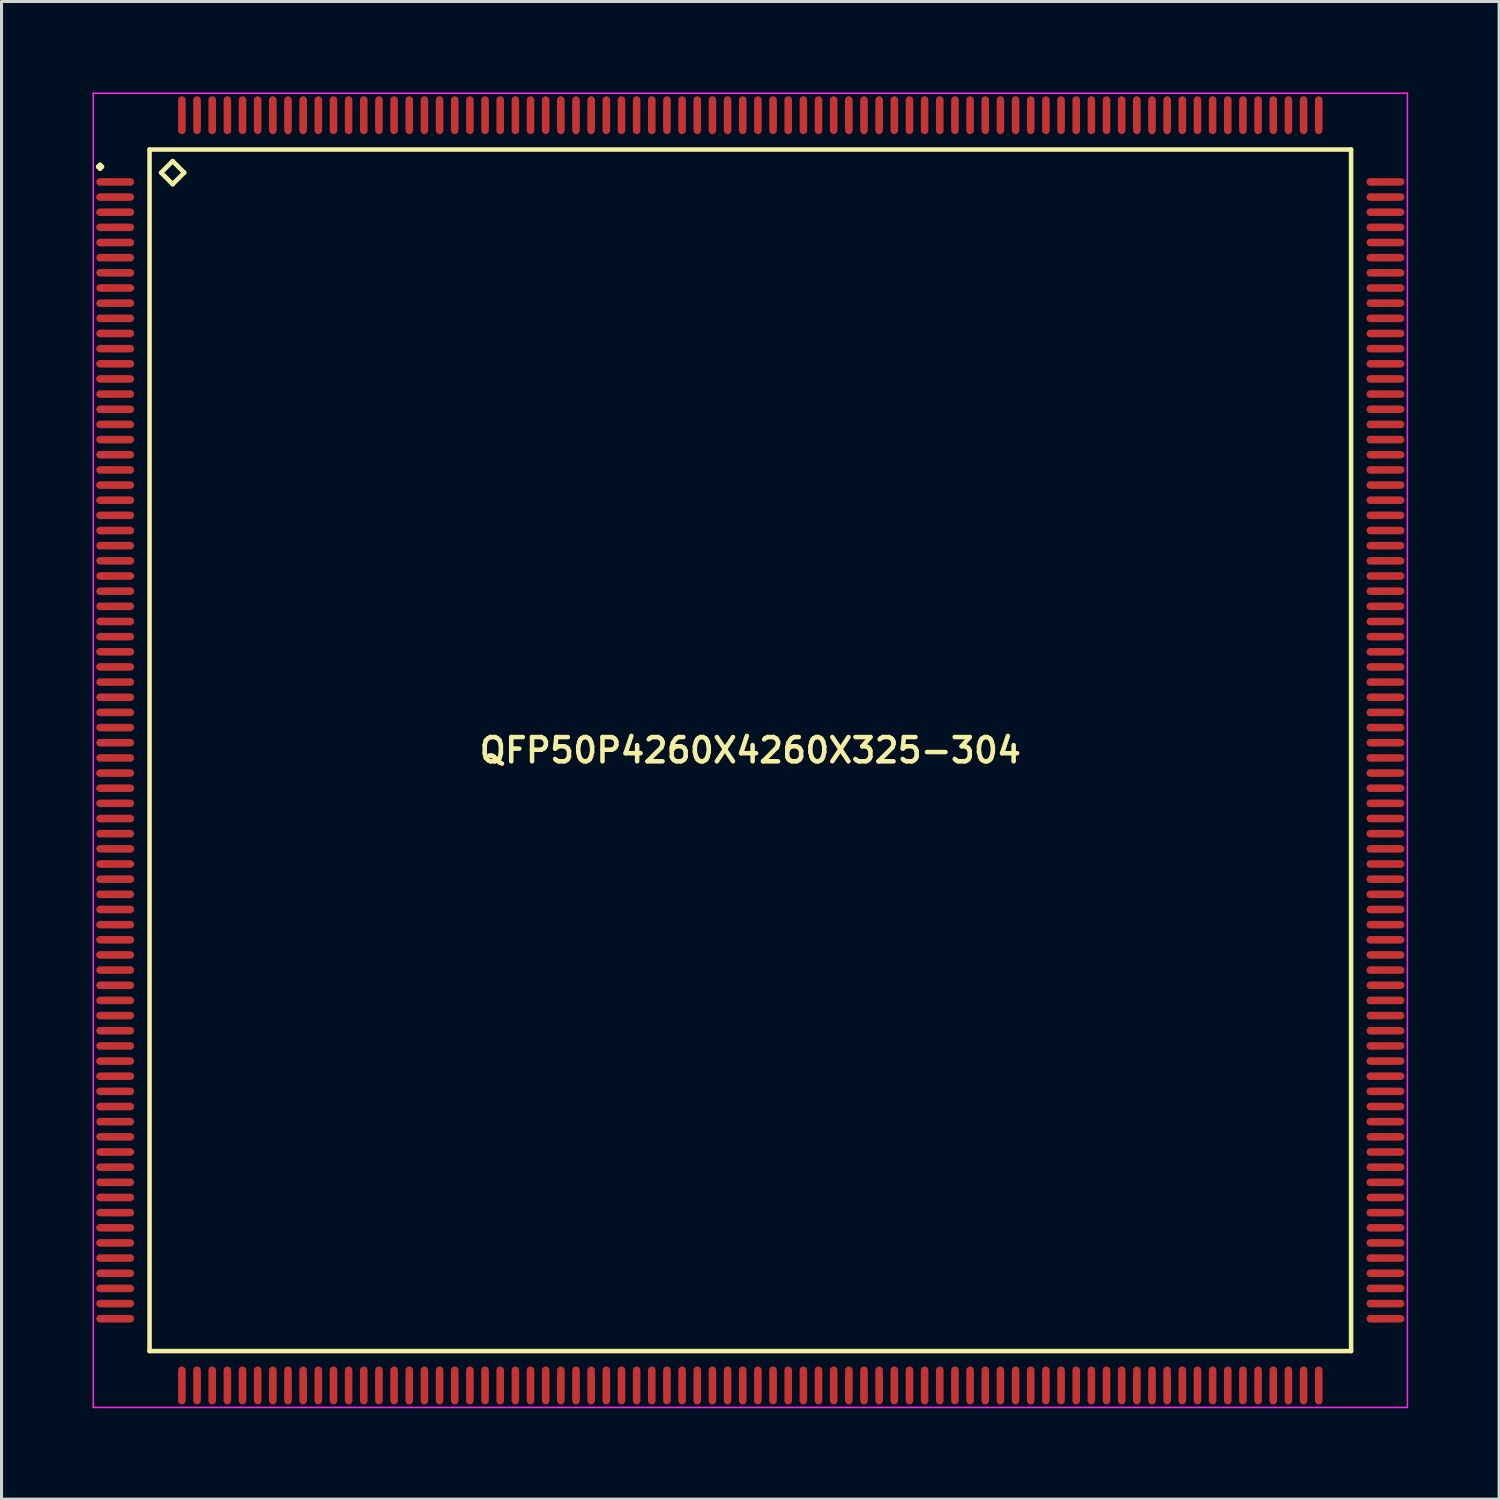
<source format=kicad_pcb>
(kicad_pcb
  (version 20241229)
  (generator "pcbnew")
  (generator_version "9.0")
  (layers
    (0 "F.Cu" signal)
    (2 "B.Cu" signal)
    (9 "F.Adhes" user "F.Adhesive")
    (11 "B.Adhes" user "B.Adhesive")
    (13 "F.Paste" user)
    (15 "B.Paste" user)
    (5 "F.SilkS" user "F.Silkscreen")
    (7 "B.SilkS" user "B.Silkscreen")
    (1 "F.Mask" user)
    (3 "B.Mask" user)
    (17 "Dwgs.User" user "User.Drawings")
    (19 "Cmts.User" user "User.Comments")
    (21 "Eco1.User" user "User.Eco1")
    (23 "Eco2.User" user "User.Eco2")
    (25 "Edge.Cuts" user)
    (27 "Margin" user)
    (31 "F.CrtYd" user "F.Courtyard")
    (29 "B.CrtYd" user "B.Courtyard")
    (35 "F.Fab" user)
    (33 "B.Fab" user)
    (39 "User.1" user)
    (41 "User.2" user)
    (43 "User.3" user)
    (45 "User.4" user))
  (footprint "QFP50P4260X4260X325-304"
    (layer "F.Cu")
    (at 21.7 21.7)
    (property "Reference" "QFP50P4260X4260X325-304" (at 0 0 0) (layer "F.SilkS") (effects (font (size 0.8 0.8) (thickness 0.15))))
    (attr smd)
    (fp_line (start -21.512 -19.25) (end -21.45 -19.312) (stroke (width 0.15) (type solid)) (layer "F.SilkS"))
    (fp_line (start -21.45 -19.312) (end -21.387 -19.25) (stroke (width 0.15) (type solid)) (layer "F.SilkS"))
    (fp_line (start -21.45 -19.188) (end -21.512 -19.25) (stroke (width 0.15) (type solid)) (layer "F.SilkS"))
    (fp_line (start -21.387 -19.25) (end -21.45 -19.188) (stroke (width 0.15) (type solid)) (layer "F.SilkS"))
    (fp_line (start -19.817 -19.817) (end -19.817 19.817) (stroke (width 0.15) (type solid)) (layer "F.SilkS"))
    (fp_line (start -19.817 19.817) (end 19.817 19.817) (stroke (width 0.15) (type solid)) (layer "F.SilkS"))
    (fp_line (start -19.436 -19.055) (end -19.055 -19.436) (stroke (width 0.15) (type solid)) (layer "F.SilkS"))
    (fp_line (start -19.055 -19.436) (end -18.674 -19.055) (stroke (width 0.15) (type solid)) (layer "F.SilkS"))
    (fp_line (start -19.055 -18.674) (end -19.436 -19.055) (stroke (width 0.15) (type solid)) (layer "F.SilkS"))
    (fp_line (start -18.674 -19.055) (end -19.055 -18.674) (stroke (width 0.15) (type solid)) (layer "F.SilkS"))
    (fp_line (start 19.817 -19.817) (end -19.817 -19.817) (stroke (width 0.15) (type solid)) (layer "F.SilkS"))
    (fp_line (start 19.817 19.817) (end 19.817 -19.817) (stroke (width 0.15) (type solid)) (layer "F.SilkS"))
    (fp_line (start -21.675 -21.675) (end 21.675 -21.675) (stroke (width 0.05) (type solid)) (layer "F.CrtYd"))
    (fp_line (start -21.675 21.675) (end -21.675 -21.675) (stroke (width 0.05) (type solid)) (layer "F.CrtYd"))
    (fp_line (start 21.675 -21.675) (end 21.675 21.675) (stroke (width 0.05) (type solid)) (layer "F.CrtYd"))
    (fp_line (start 21.675 21.675) (end -21.675 21.675) (stroke (width 0.05) (type solid)) (layer "F.CrtYd"))
    (pad "1" smd oval (at -20.95 -18.75) (size 1.25 0.25) (layers "F.Cu" "F.Mask" "F.Paste"))
    (pad "2" smd oval (at -20.95 -18.25) (size 1.25 0.25) (layers "F.Cu" "F.Mask" "F.Paste"))
    (pad "3" smd oval (at -20.95 -17.75) (size 1.25 0.25) (layers "F.Cu" "F.Mask" "F.Paste"))
    (pad "4" smd oval (at -20.95 -17.25) (size 1.25 0.25) (layers "F.Cu" "F.Mask" "F.Paste"))
    (pad "5" smd oval (at -20.95 -16.75) (size 1.25 0.25) (layers "F.Cu" "F.Mask" "F.Paste"))
    (pad "6" smd oval (at -20.95 -16.25) (size 1.25 0.25) (layers "F.Cu" "F.Mask" "F.Paste"))
    (pad "7" smd oval (at -20.95 -15.75) (size 1.25 0.25) (layers "F.Cu" "F.Mask" "F.Paste"))
    (pad "8" smd oval (at -20.95 -15.25) (size 1.25 0.25) (layers "F.Cu" "F.Mask" "F.Paste"))
    (pad "9" smd oval (at -20.95 -14.75) (size 1.25 0.25) (layers "F.Cu" "F.Mask" "F.Paste"))
    (pad "10" smd oval (at -20.95 -14.25) (size 1.25 0.25) (layers "F.Cu" "F.Mask" "F.Paste"))
    (pad "11" smd oval (at -20.95 -13.75) (size 1.25 0.25) (layers "F.Cu" "F.Mask" "F.Paste"))
    (pad "12" smd oval (at -20.95 -13.25) (size 1.25 0.25) (layers "F.Cu" "F.Mask" "F.Paste"))
    (pad "13" smd oval (at -20.95 -12.75) (size 1.25 0.25) (layers "F.Cu" "F.Mask" "F.Paste"))
    (pad "14" smd oval (at -20.95 -12.25) (size 1.25 0.25) (layers "F.Cu" "F.Mask" "F.Paste"))
    (pad "15" smd oval (at -20.95 -11.75) (size 1.25 0.25) (layers "F.Cu" "F.Mask" "F.Paste"))
    (pad "16" smd oval (at -20.95 -11.25) (size 1.25 0.25) (layers "F.Cu" "F.Mask" "F.Paste"))
    (pad "17" smd oval (at -20.95 -10.75) (size 1.25 0.25) (layers "F.Cu" "F.Mask" "F.Paste"))
    (pad "18" smd oval (at -20.95 -10.25) (size 1.25 0.25) (layers "F.Cu" "F.Mask" "F.Paste"))
    (pad "19" smd oval (at -20.95 -9.75) (size 1.25 0.25) (layers "F.Cu" "F.Mask" "F.Paste"))
    (pad "20" smd oval (at -20.95 -9.25) (size 1.25 0.25) (layers "F.Cu" "F.Mask" "F.Paste"))
    (pad "21" smd oval (at -20.95 -8.75) (size 1.25 0.25) (layers "F.Cu" "F.Mask" "F.Paste"))
    (pad "22" smd oval (at -20.95 -8.25) (size 1.25 0.25) (layers "F.Cu" "F.Mask" "F.Paste"))
    (pad "23" smd oval (at -20.95 -7.75) (size 1.25 0.25) (layers "F.Cu" "F.Mask" "F.Paste"))
    (pad "24" smd oval (at -20.95 -7.25) (size 1.25 0.25) (layers "F.Cu" "F.Mask" "F.Paste"))
    (pad "25" smd oval (at -20.95 -6.75) (size 1.25 0.25) (layers "F.Cu" "F.Mask" "F.Paste"))
    (pad "26" smd oval (at -20.95 -6.25) (size 1.25 0.25) (layers "F.Cu" "F.Mask" "F.Paste"))
    (pad "27" smd oval (at -20.95 -5.75) (size 1.25 0.25) (layers "F.Cu" "F.Mask" "F.Paste"))
    (pad "28" smd oval (at -20.95 -5.25) (size 1.25 0.25) (layers "F.Cu" "F.Mask" "F.Paste"))
    (pad "29" smd oval (at -20.95 -4.75) (size 1.25 0.25) (layers "F.Cu" "F.Mask" "F.Paste"))
    (pad "30" smd oval (at -20.95 -4.25) (size 1.25 0.25) (layers "F.Cu" "F.Mask" "F.Paste"))
    (pad "31" smd oval (at -20.95 -3.75) (size 1.25 0.25) (layers "F.Cu" "F.Mask" "F.Paste"))
    (pad "32" smd oval (at -20.95 -3.25) (size 1.25 0.25) (layers "F.Cu" "F.Mask" "F.Paste"))
    (pad "33" smd oval (at -20.95 -2.75) (size 1.25 0.25) (layers "F.Cu" "F.Mask" "F.Paste"))
    (pad "34" smd oval (at -20.95 -2.25) (size 1.25 0.25) (layers "F.Cu" "F.Mask" "F.Paste"))
    (pad "35" smd oval (at -20.95 -1.75) (size 1.25 0.25) (layers "F.Cu" "F.Mask" "F.Paste"))
    (pad "36" smd oval (at -20.95 -1.25) (size 1.25 0.25) (layers "F.Cu" "F.Mask" "F.Paste"))
    (pad "37" smd oval (at -20.95 -0.75) (size 1.25 0.25) (layers "F.Cu" "F.Mask" "F.Paste"))
    (pad "38" smd oval (at -20.95 -0.25) (size 1.25 0.25) (layers "F.Cu" "F.Mask" "F.Paste"))
    (pad "39" smd oval (at -20.95 0.25) (size 1.25 0.25) (layers "F.Cu" "F.Mask" "F.Paste"))
    (pad "40" smd oval (at -20.95 0.75) (size 1.25 0.25) (layers "F.Cu" "F.Mask" "F.Paste"))
    (pad "41" smd oval (at -20.95 1.25) (size 1.25 0.25) (layers "F.Cu" "F.Mask" "F.Paste"))
    (pad "42" smd oval (at -20.95 1.75) (size 1.25 0.25) (layers "F.Cu" "F.Mask" "F.Paste"))
    (pad "43" smd oval (at -20.95 2.25) (size 1.25 0.25) (layers "F.Cu" "F.Mask" "F.Paste"))
    (pad "44" smd oval (at -20.95 2.75) (size 1.25 0.25) (layers "F.Cu" "F.Mask" "F.Paste"))
    (pad "45" smd oval (at -20.95 3.25) (size 1.25 0.25) (layers "F.Cu" "F.Mask" "F.Paste"))
    (pad "46" smd oval (at -20.95 3.75) (size 1.25 0.25) (layers "F.Cu" "F.Mask" "F.Paste"))
    (pad "47" smd oval (at -20.95 4.25) (size 1.25 0.25) (layers "F.Cu" "F.Mask" "F.Paste"))
    (pad "48" smd oval (at -20.95 4.75) (size 1.25 0.25) (layers "F.Cu" "F.Mask" "F.Paste"))
    (pad "49" smd oval (at -20.95 5.25) (size 1.25 0.25) (layers "F.Cu" "F.Mask" "F.Paste"))
    (pad "50" smd oval (at -20.95 5.75) (size 1.25 0.25) (layers "F.Cu" "F.Mask" "F.Paste"))
    (pad "51" smd oval (at -20.95 6.25) (size 1.25 0.25) (layers "F.Cu" "F.Mask" "F.Paste"))
    (pad "52" smd oval (at -20.95 6.75) (size 1.25 0.25) (layers "F.Cu" "F.Mask" "F.Paste"))
    (pad "53" smd oval (at -20.95 7.25) (size 1.25 0.25) (layers "F.Cu" "F.Mask" "F.Paste"))
    (pad "54" smd oval (at -20.95 7.75) (size 1.25 0.25) (layers "F.Cu" "F.Mask" "F.Paste"))
    (pad "55" smd oval (at -20.95 8.25) (size 1.25 0.25) (layers "F.Cu" "F.Mask" "F.Paste"))
    (pad "56" smd oval (at -20.95 8.75) (size 1.25 0.25) (layers "F.Cu" "F.Mask" "F.Paste"))
    (pad "57" smd oval (at -20.95 9.25) (size 1.25 0.25) (layers "F.Cu" "F.Mask" "F.Paste"))
    (pad "58" smd oval (at -20.95 9.75) (size 1.25 0.25) (layers "F.Cu" "F.Mask" "F.Paste"))
    (pad "59" smd oval (at -20.95 10.25) (size 1.25 0.25) (layers "F.Cu" "F.Mask" "F.Paste"))
    (pad "60" smd oval (at -20.95 10.75) (size 1.25 0.25) (layers "F.Cu" "F.Mask" "F.Paste"))
    (pad "61" smd oval (at -20.95 11.25) (size 1.25 0.25) (layers "F.Cu" "F.Mask" "F.Paste"))
    (pad "62" smd oval (at -20.95 11.75) (size 1.25 0.25) (layers "F.Cu" "F.Mask" "F.Paste"))
    (pad "63" smd oval (at -20.95 12.25) (size 1.25 0.25) (layers "F.Cu" "F.Mask" "F.Paste"))
    (pad "64" smd oval (at -20.95 12.75) (size 1.25 0.25) (layers "F.Cu" "F.Mask" "F.Paste"))
    (pad "65" smd oval (at -20.95 13.25) (size 1.25 0.25) (layers "F.Cu" "F.Mask" "F.Paste"))
    (pad "66" smd oval (at -20.95 13.75) (size 1.25 0.25) (layers "F.Cu" "F.Mask" "F.Paste"))
    (pad "67" smd oval (at -20.95 14.25) (size 1.25 0.25) (layers "F.Cu" "F.Mask" "F.Paste"))
    (pad "68" smd oval (at -20.95 14.75) (size 1.25 0.25) (layers "F.Cu" "F.Mask" "F.Paste"))
    (pad "69" smd oval (at -20.95 15.25) (size 1.25 0.25) (layers "F.Cu" "F.Mask" "F.Paste"))
    (pad "70" smd oval (at -20.95 15.75) (size 1.25 0.25) (layers "F.Cu" "F.Mask" "F.Paste"))
    (pad "71" smd oval (at -20.95 16.25) (size 1.25 0.25) (layers "F.Cu" "F.Mask" "F.Paste"))
    (pad "72" smd oval (at -20.95 16.75) (size 1.25 0.25) (layers "F.Cu" "F.Mask" "F.Paste"))
    (pad "73" smd oval (at -20.95 17.25) (size 1.25 0.25) (layers "F.Cu" "F.Mask" "F.Paste"))
    (pad "74" smd oval (at -20.95 17.75) (size 1.25 0.25) (layers "F.Cu" "F.Mask" "F.Paste"))
    (pad "75" smd oval (at -20.95 18.25) (size 1.25 0.25) (layers "F.Cu" "F.Mask" "F.Paste"))
    (pad "76" smd oval (at -20.95 18.75) (size 1.25 0.25) (layers "F.Cu" "F.Mask" "F.Paste"))
    (pad "77" smd oval (at -18.75 20.95) (size 0.25 1.25) (layers "F.Cu" "F.Mask" "F.Paste"))
    (pad "78" smd oval (at -18.25 20.95) (size 0.25 1.25) (layers "F.Cu" "F.Mask" "F.Paste"))
    (pad "79" smd oval (at -17.75 20.95) (size 0.25 1.25) (layers "F.Cu" "F.Mask" "F.Paste"))
    (pad "80" smd oval (at -17.25 20.95) (size 0.25 1.25) (layers "F.Cu" "F.Mask" "F.Paste"))
    (pad "81" smd oval (at -16.75 20.95) (size 0.25 1.25) (layers "F.Cu" "F.Mask" "F.Paste"))
    (pad "82" smd oval (at -16.25 20.95) (size 0.25 1.25) (layers "F.Cu" "F.Mask" "F.Paste"))
    (pad "83" smd oval (at -15.75 20.95) (size 0.25 1.25) (layers "F.Cu" "F.Mask" "F.Paste"))
    (pad "84" smd oval (at -15.25 20.95) (size 0.25 1.25) (layers "F.Cu" "F.Mask" "F.Paste"))
    (pad "85" smd oval (at -14.75 20.95) (size 0.25 1.25) (layers "F.Cu" "F.Mask" "F.Paste"))
    (pad "86" smd oval (at -14.25 20.95) (size 0.25 1.25) (layers "F.Cu" "F.Mask" "F.Paste"))
    (pad "87" smd oval (at -13.75 20.95) (size 0.25 1.25) (layers "F.Cu" "F.Mask" "F.Paste"))
    (pad "88" smd oval (at -13.25 20.95) (size 0.25 1.25) (layers "F.Cu" "F.Mask" "F.Paste"))
    (pad "89" smd oval (at -12.75 20.95) (size 0.25 1.25) (layers "F.Cu" "F.Mask" "F.Paste"))
    (pad "90" smd oval (at -12.25 20.95) (size 0.25 1.25) (layers "F.Cu" "F.Mask" "F.Paste"))
    (pad "91" smd oval (at -11.75 20.95) (size 0.25 1.25) (layers "F.Cu" "F.Mask" "F.Paste"))
    (pad "92" smd oval (at -11.25 20.95) (size 0.25 1.25) (layers "F.Cu" "F.Mask" "F.Paste"))
    (pad "93" smd oval (at -10.75 20.95) (size 0.25 1.25) (layers "F.Cu" "F.Mask" "F.Paste"))
    (pad "94" smd oval (at -10.25 20.95) (size 0.25 1.25) (layers "F.Cu" "F.Mask" "F.Paste"))
    (pad "95" smd oval (at -9.75 20.95) (size 0.25 1.25) (layers "F.Cu" "F.Mask" "F.Paste"))
    (pad "96" smd oval (at -9.25 20.95) (size 0.25 1.25) (layers "F.Cu" "F.Mask" "F.Paste"))
    (pad "97" smd oval (at -8.75 20.95) (size 0.25 1.25) (layers "F.Cu" "F.Mask" "F.Paste"))
    (pad "98" smd oval (at -8.25 20.95) (size 0.25 1.25) (layers "F.Cu" "F.Mask" "F.Paste"))
    (pad "99" smd oval (at -7.75 20.95) (size 0.25 1.25) (layers "F.Cu" "F.Mask" "F.Paste"))
    (pad "100" smd oval (at -7.25 20.95) (size 0.25 1.25) (layers "F.Cu" "F.Mask" "F.Paste"))
    (pad "101" smd oval (at -6.75 20.95) (size 0.25 1.25) (layers "F.Cu" "F.Mask" "F.Paste"))
    (pad "102" smd oval (at -6.25 20.95) (size 0.25 1.25) (layers "F.Cu" "F.Mask" "F.Paste"))
    (pad "103" smd oval (at -5.75 20.95) (size 0.25 1.25) (layers "F.Cu" "F.Mask" "F.Paste"))
    (pad "104" smd oval (at -5.25 20.95) (size 0.25 1.25) (layers "F.Cu" "F.Mask" "F.Paste"))
    (pad "105" smd oval (at -4.75 20.95) (size 0.25 1.25) (layers "F.Cu" "F.Mask" "F.Paste"))
    (pad "106" smd oval (at -4.25 20.95) (size 0.25 1.25) (layers "F.Cu" "F.Mask" "F.Paste"))
    (pad "107" smd oval (at -3.75 20.95) (size 0.25 1.25) (layers "F.Cu" "F.Mask" "F.Paste"))
    (pad "108" smd oval (at -3.25 20.95) (size 0.25 1.25) (layers "F.Cu" "F.Mask" "F.Paste"))
    (pad "109" smd oval (at -2.75 20.95) (size 0.25 1.25) (layers "F.Cu" "F.Mask" "F.Paste"))
    (pad "110" smd oval (at -2.25 20.95) (size 0.25 1.25) (layers "F.Cu" "F.Mask" "F.Paste"))
    (pad "111" smd oval (at -1.75 20.95) (size 0.25 1.25) (layers "F.Cu" "F.Mask" "F.Paste"))
    (pad "112" smd oval (at -1.25 20.95) (size 0.25 1.25) (layers "F.Cu" "F.Mask" "F.Paste"))
    (pad "113" smd oval (at -0.75 20.95) (size 0.25 1.25) (layers "F.Cu" "F.Mask" "F.Paste"))
    (pad "114" smd oval (at -0.25 20.95) (size 0.25 1.25) (layers "F.Cu" "F.Mask" "F.Paste"))
    (pad "115" smd oval (at 0.25 20.95) (size 0.25 1.25) (layers "F.Cu" "F.Mask" "F.Paste"))
    (pad "116" smd oval (at 0.75 20.95) (size 0.25 1.25) (layers "F.Cu" "F.Mask" "F.Paste"))
    (pad "117" smd oval (at 1.25 20.95) (size 0.25 1.25) (layers "F.Cu" "F.Mask" "F.Paste"))
    (pad "118" smd oval (at 1.75 20.95) (size 0.25 1.25) (layers "F.Cu" "F.Mask" "F.Paste"))
    (pad "119" smd oval (at 2.25 20.95) (size 0.25 1.25) (layers "F.Cu" "F.Mask" "F.Paste"))
    (pad "120" smd oval (at 2.75 20.95) (size 0.25 1.25) (layers "F.Cu" "F.Mask" "F.Paste"))
    (pad "121" smd oval (at 3.25 20.95) (size 0.25 1.25) (layers "F.Cu" "F.Mask" "F.Paste"))
    (pad "122" smd oval (at 3.75 20.95) (size 0.25 1.25) (layers "F.Cu" "F.Mask" "F.Paste"))
    (pad "123" smd oval (at 4.25 20.95) (size 0.25 1.25) (layers "F.Cu" "F.Mask" "F.Paste"))
    (pad "124" smd oval (at 4.75 20.95) (size 0.25 1.25) (layers "F.Cu" "F.Mask" "F.Paste"))
    (pad "125" smd oval (at 5.25 20.95) (size 0.25 1.25) (layers "F.Cu" "F.Mask" "F.Paste"))
    (pad "126" smd oval (at 5.75 20.95) (size 0.25 1.25) (layers "F.Cu" "F.Mask" "F.Paste"))
    (pad "127" smd oval (at 6.25 20.95) (size 0.25 1.25) (layers "F.Cu" "F.Mask" "F.Paste"))
    (pad "128" smd oval (at 6.75 20.95) (size 0.25 1.25) (layers "F.Cu" "F.Mask" "F.Paste"))
    (pad "129" smd oval (at 7.25 20.95) (size 0.25 1.25) (layers "F.Cu" "F.Mask" "F.Paste"))
    (pad "130" smd oval (at 7.75 20.95) (size 0.25 1.25) (layers "F.Cu" "F.Mask" "F.Paste"))
    (pad "131" smd oval (at 8.25 20.95) (size 0.25 1.25) (layers "F.Cu" "F.Mask" "F.Paste"))
    (pad "132" smd oval (at 8.75 20.95) (size 0.25 1.25) (layers "F.Cu" "F.Mask" "F.Paste"))
    (pad "133" smd oval (at 9.25 20.95) (size 0.25 1.25) (layers "F.Cu" "F.Mask" "F.Paste"))
    (pad "134" smd oval (at 9.75 20.95) (size 0.25 1.25) (layers "F.Cu" "F.Mask" "F.Paste"))
    (pad "135" smd oval (at 10.25 20.95) (size 0.25 1.25) (layers "F.Cu" "F.Mask" "F.Paste"))
    (pad "136" smd oval (at 10.75 20.95) (size 0.25 1.25) (layers "F.Cu" "F.Mask" "F.Paste"))
    (pad "137" smd oval (at 11.25 20.95) (size 0.25 1.25) (layers "F.Cu" "F.Mask" "F.Paste"))
    (pad "138" smd oval (at 11.75 20.95) (size 0.25 1.25) (layers "F.Cu" "F.Mask" "F.Paste"))
    (pad "139" smd oval (at 12.25 20.95) (size 0.25 1.25) (layers "F.Cu" "F.Mask" "F.Paste"))
    (pad "140" smd oval (at 12.75 20.95) (size 0.25 1.25) (layers "F.Cu" "F.Mask" "F.Paste"))
    (pad "141" smd oval (at 13.25 20.95) (size 0.25 1.25) (layers "F.Cu" "F.Mask" "F.Paste"))
    (pad "142" smd oval (at 13.75 20.95) (size 0.25 1.25) (layers "F.Cu" "F.Mask" "F.Paste"))
    (pad "143" smd oval (at 14.25 20.95) (size 0.25 1.25) (layers "F.Cu" "F.Mask" "F.Paste"))
    (pad "144" smd oval (at 14.75 20.95) (size 0.25 1.25) (layers "F.Cu" "F.Mask" "F.Paste"))
    (pad "145" smd oval (at 15.25 20.95) (size 0.25 1.25) (layers "F.Cu" "F.Mask" "F.Paste"))
    (pad "146" smd oval (at 15.75 20.95) (size 0.25 1.25) (layers "F.Cu" "F.Mask" "F.Paste"))
    (pad "147" smd oval (at 16.25 20.95) (size 0.25 1.25) (layers "F.Cu" "F.Mask" "F.Paste"))
    (pad "148" smd oval (at 16.75 20.95) (size 0.25 1.25) (layers "F.Cu" "F.Mask" "F.Paste"))
    (pad "149" smd oval (at 17.25 20.95) (size 0.25 1.25) (layers "F.Cu" "F.Mask" "F.Paste"))
    (pad "150" smd oval (at 17.75 20.95) (size 0.25 1.25) (layers "F.Cu" "F.Mask" "F.Paste"))
    (pad "151" smd oval (at 18.25 20.95) (size 0.25 1.25) (layers "F.Cu" "F.Mask" "F.Paste"))
    (pad "152" smd oval (at 18.75 20.95) (size 0.25 1.25) (layers "F.Cu" "F.Mask" "F.Paste"))
    (pad "153" smd oval (at 20.95 18.75) (size 1.25 0.25) (layers "F.Cu" "F.Mask" "F.Paste"))
    (pad "154" smd oval (at 20.95 18.25) (size 1.25 0.25) (layers "F.Cu" "F.Mask" "F.Paste"))
    (pad "155" smd oval (at 20.95 17.75) (size 1.25 0.25) (layers "F.Cu" "F.Mask" "F.Paste"))
    (pad "156" smd oval (at 20.95 17.25) (size 1.25 0.25) (layers "F.Cu" "F.Mask" "F.Paste"))
    (pad "157" smd oval (at 20.95 16.75) (size 1.25 0.25) (layers "F.Cu" "F.Mask" "F.Paste"))
    (pad "158" smd oval (at 20.95 16.25) (size 1.25 0.25) (layers "F.Cu" "F.Mask" "F.Paste"))
    (pad "159" smd oval (at 20.95 15.75) (size 1.25 0.25) (layers "F.Cu" "F.Mask" "F.Paste"))
    (pad "160" smd oval (at 20.95 15.25) (size 1.25 0.25) (layers "F.Cu" "F.Mask" "F.Paste"))
    (pad "161" smd oval (at 20.95 14.75) (size 1.25 0.25) (layers "F.Cu" "F.Mask" "F.Paste"))
    (pad "162" smd oval (at 20.95 14.25) (size 1.25 0.25) (layers "F.Cu" "F.Mask" "F.Paste"))
    (pad "163" smd oval (at 20.95 13.75) (size 1.25 0.25) (layers "F.Cu" "F.Mask" "F.Paste"))
    (pad "164" smd oval (at 20.95 13.25) (size 1.25 0.25) (layers "F.Cu" "F.Mask" "F.Paste"))
    (pad "165" smd oval (at 20.95 12.75) (size 1.25 0.25) (layers "F.Cu" "F.Mask" "F.Paste"))
    (pad "166" smd oval (at 20.95 12.25) (size 1.25 0.25) (layers "F.Cu" "F.Mask" "F.Paste"))
    (pad "167" smd oval (at 20.95 11.75) (size 1.25 0.25) (layers "F.Cu" "F.Mask" "F.Paste"))
    (pad "168" smd oval (at 20.95 11.25) (size 1.25 0.25) (layers "F.Cu" "F.Mask" "F.Paste"))
    (pad "169" smd oval (at 20.95 10.75) (size 1.25 0.25) (layers "F.Cu" "F.Mask" "F.Paste"))
    (pad "170" smd oval (at 20.95 10.25) (size 1.25 0.25) (layers "F.Cu" "F.Mask" "F.Paste"))
    (pad "171" smd oval (at 20.95 9.75) (size 1.25 0.25) (layers "F.Cu" "F.Mask" "F.Paste"))
    (pad "172" smd oval (at 20.95 9.25) (size 1.25 0.25) (layers "F.Cu" "F.Mask" "F.Paste"))
    (pad "173" smd oval (at 20.95 8.75) (size 1.25 0.25) (layers "F.Cu" "F.Mask" "F.Paste"))
    (pad "174" smd oval (at 20.95 8.25) (size 1.25 0.25) (layers "F.Cu" "F.Mask" "F.Paste"))
    (pad "175" smd oval (at 20.95 7.75) (size 1.25 0.25) (layers "F.Cu" "F.Mask" "F.Paste"))
    (pad "176" smd oval (at 20.95 7.25) (size 1.25 0.25) (layers "F.Cu" "F.Mask" "F.Paste"))
    (pad "177" smd oval (at 20.95 6.75) (size 1.25 0.25) (layers "F.Cu" "F.Mask" "F.Paste"))
    (pad "178" smd oval (at 20.95 6.25) (size 1.25 0.25) (layers "F.Cu" "F.Mask" "F.Paste"))
    (pad "179" smd oval (at 20.95 5.75) (size 1.25 0.25) (layers "F.Cu" "F.Mask" "F.Paste"))
    (pad "180" smd oval (at 20.95 5.25) (size 1.25 0.25) (layers "F.Cu" "F.Mask" "F.Paste"))
    (pad "181" smd oval (at 20.95 4.75) (size 1.25 0.25) (layers "F.Cu" "F.Mask" "F.Paste"))
    (pad "182" smd oval (at 20.95 4.25) (size 1.25 0.25) (layers "F.Cu" "F.Mask" "F.Paste"))
    (pad "183" smd oval (at 20.95 3.75) (size 1.25 0.25) (layers "F.Cu" "F.Mask" "F.Paste"))
    (pad "184" smd oval (at 20.95 3.25) (size 1.25 0.25) (layers "F.Cu" "F.Mask" "F.Paste"))
    (pad "185" smd oval (at 20.95 2.75) (size 1.25 0.25) (layers "F.Cu" "F.Mask" "F.Paste"))
    (pad "186" smd oval (at 20.95 2.25) (size 1.25 0.25) (layers "F.Cu" "F.Mask" "F.Paste"))
    (pad "187" smd oval (at 20.95 1.75) (size 1.25 0.25) (layers "F.Cu" "F.Mask" "F.Paste"))
    (pad "188" smd oval (at 20.95 1.25) (size 1.25 0.25) (layers "F.Cu" "F.Mask" "F.Paste"))
    (pad "189" smd oval (at 20.95 0.75) (size 1.25 0.25) (layers "F.Cu" "F.Mask" "F.Paste"))
    (pad "190" smd oval (at 20.95 0.25) (size 1.25 0.25) (layers "F.Cu" "F.Mask" "F.Paste"))
    (pad "191" smd oval (at 20.95 -0.25) (size 1.25 0.25) (layers "F.Cu" "F.Mask" "F.Paste"))
    (pad "192" smd oval (at 20.95 -0.75) (size 1.25 0.25) (layers "F.Cu" "F.Mask" "F.Paste"))
    (pad "193" smd oval (at 20.95 -1.25) (size 1.25 0.25) (layers "F.Cu" "F.Mask" "F.Paste"))
    (pad "194" smd oval (at 20.95 -1.75) (size 1.25 0.25) (layers "F.Cu" "F.Mask" "F.Paste"))
    (pad "195" smd oval (at 20.95 -2.25) (size 1.25 0.25) (layers "F.Cu" "F.Mask" "F.Paste"))
    (pad "196" smd oval (at 20.95 -2.75) (size 1.25 0.25) (layers "F.Cu" "F.Mask" "F.Paste"))
    (pad "197" smd oval (at 20.95 -3.25) (size 1.25 0.25) (layers "F.Cu" "F.Mask" "F.Paste"))
    (pad "198" smd oval (at 20.95 -3.75) (size 1.25 0.25) (layers "F.Cu" "F.Mask" "F.Paste"))
    (pad "199" smd oval (at 20.95 -4.25) (size 1.25 0.25) (layers "F.Cu" "F.Mask" "F.Paste"))
    (pad "200" smd oval (at 20.95 -4.75) (size 1.25 0.25) (layers "F.Cu" "F.Mask" "F.Paste"))
    (pad "201" smd oval (at 20.95 -5.25) (size 1.25 0.25) (layers "F.Cu" "F.Mask" "F.Paste"))
    (pad "202" smd oval (at 20.95 -5.75) (size 1.25 0.25) (layers "F.Cu" "F.Mask" "F.Paste"))
    (pad "203" smd oval (at 20.95 -6.25) (size 1.25 0.25) (layers "F.Cu" "F.Mask" "F.Paste"))
    (pad "204" smd oval (at 20.95 -6.75) (size 1.25 0.25) (layers "F.Cu" "F.Mask" "F.Paste"))
    (pad "205" smd oval (at 20.95 -7.25) (size 1.25 0.25) (layers "F.Cu" "F.Mask" "F.Paste"))
    (pad "206" smd oval (at 20.95 -7.75) (size 1.25 0.25) (layers "F.Cu" "F.Mask" "F.Paste"))
    (pad "207" smd oval (at 20.95 -8.25) (size 1.25 0.25) (layers "F.Cu" "F.Mask" "F.Paste"))
    (pad "208" smd oval (at 20.95 -8.75) (size 1.25 0.25) (layers "F.Cu" "F.Mask" "F.Paste"))
    (pad "209" smd oval (at 20.95 -9.25) (size 1.25 0.25) (layers "F.Cu" "F.Mask" "F.Paste"))
    (pad "210" smd oval (at 20.95 -9.75) (size 1.25 0.25) (layers "F.Cu" "F.Mask" "F.Paste"))
    (pad "211" smd oval (at 20.95 -10.25) (size 1.25 0.25) (layers "F.Cu" "F.Mask" "F.Paste"))
    (pad "212" smd oval (at 20.95 -10.75) (size 1.25 0.25) (layers "F.Cu" "F.Mask" "F.Paste"))
    (pad "213" smd oval (at 20.95 -11.25) (size 1.25 0.25) (layers "F.Cu" "F.Mask" "F.Paste"))
    (pad "214" smd oval (at 20.95 -11.75) (size 1.25 0.25) (layers "F.Cu" "F.Mask" "F.Paste"))
    (pad "215" smd oval (at 20.95 -12.25) (size 1.25 0.25) (layers "F.Cu" "F.Mask" "F.Paste"))
    (pad "216" smd oval (at 20.95 -12.75) (size 1.25 0.25) (layers "F.Cu" "F.Mask" "F.Paste"))
    (pad "217" smd oval (at 20.95 -13.25) (size 1.25 0.25) (layers "F.Cu" "F.Mask" "F.Paste"))
    (pad "218" smd oval (at 20.95 -13.75) (size 1.25 0.25) (layers "F.Cu" "F.Mask" "F.Paste"))
    (pad "219" smd oval (at 20.95 -14.25) (size 1.25 0.25) (layers "F.Cu" "F.Mask" "F.Paste"))
    (pad "220" smd oval (at 20.95 -14.75) (size 1.25 0.25) (layers "F.Cu" "F.Mask" "F.Paste"))
    (pad "221" smd oval (at 20.95 -15.25) (size 1.25 0.25) (layers "F.Cu" "F.Mask" "F.Paste"))
    (pad "222" smd oval (at 20.95 -15.75) (size 1.25 0.25) (layers "F.Cu" "F.Mask" "F.Paste"))
    (pad "223" smd oval (at 20.95 -16.25) (size 1.25 0.25) (layers "F.Cu" "F.Mask" "F.Paste"))
    (pad "224" smd oval (at 20.95 -16.75) (size 1.25 0.25) (layers "F.Cu" "F.Mask" "F.Paste"))
    (pad "225" smd oval (at 20.95 -17.25) (size 1.25 0.25) (layers "F.Cu" "F.Mask" "F.Paste"))
    (pad "226" smd oval (at 20.95 -17.75) (size 1.25 0.25) (layers "F.Cu" "F.Mask" "F.Paste"))
    (pad "227" smd oval (at 20.95 -18.25) (size 1.25 0.25) (layers "F.Cu" "F.Mask" "F.Paste"))
    (pad "228" smd oval (at 20.95 -18.75) (size 1.25 0.25) (layers "F.Cu" "F.Mask" "F.Paste"))
    (pad "229" smd oval (at 18.75 -20.95) (size 0.25 1.25) (layers "F.Cu" "F.Mask" "F.Paste"))
    (pad "230" smd oval (at 18.25 -20.95) (size 0.25 1.25) (layers "F.Cu" "F.Mask" "F.Paste"))
    (pad "231" smd oval (at 17.75 -20.95) (size 0.25 1.25) (layers "F.Cu" "F.Mask" "F.Paste"))
    (pad "232" smd oval (at 17.25 -20.95) (size 0.25 1.25) (layers "F.Cu" "F.Mask" "F.Paste"))
    (pad "233" smd oval (at 16.75 -20.95) (size 0.25 1.25) (layers "F.Cu" "F.Mask" "F.Paste"))
    (pad "234" smd oval (at 16.25 -20.95) (size 0.25 1.25) (layers "F.Cu" "F.Mask" "F.Paste"))
    (pad "235" smd oval (at 15.75 -20.95) (size 0.25 1.25) (layers "F.Cu" "F.Mask" "F.Paste"))
    (pad "236" smd oval (at 15.25 -20.95) (size 0.25 1.25) (layers "F.Cu" "F.Mask" "F.Paste"))
    (pad "237" smd oval (at 14.75 -20.95) (size 0.25 1.25) (layers "F.Cu" "F.Mask" "F.Paste"))
    (pad "238" smd oval (at 14.25 -20.95) (size 0.25 1.25) (layers "F.Cu" "F.Mask" "F.Paste"))
    (pad "239" smd oval (at 13.75 -20.95) (size 0.25 1.25) (layers "F.Cu" "F.Mask" "F.Paste"))
    (pad "240" smd oval (at 13.25 -20.95) (size 0.25 1.25) (layers "F.Cu" "F.Mask" "F.Paste"))
    (pad "241" smd oval (at 12.75 -20.95) (size 0.25 1.25) (layers "F.Cu" "F.Mask" "F.Paste"))
    (pad "242" smd oval (at 12.25 -20.95) (size 0.25 1.25) (layers "F.Cu" "F.Mask" "F.Paste"))
    (pad "243" smd oval (at 11.75 -20.95) (size 0.25 1.25) (layers "F.Cu" "F.Mask" "F.Paste"))
    (pad "244" smd oval (at 11.25 -20.95) (size 0.25 1.25) (layers "F.Cu" "F.Mask" "F.Paste"))
    (pad "245" smd oval (at 10.75 -20.95) (size 0.25 1.25) (layers "F.Cu" "F.Mask" "F.Paste"))
    (pad "246" smd oval (at 10.25 -20.95) (size 0.25 1.25) (layers "F.Cu" "F.Mask" "F.Paste"))
    (pad "247" smd oval (at 9.75 -20.95) (size 0.25 1.25) (layers "F.Cu" "F.Mask" "F.Paste"))
    (pad "248" smd oval (at 9.25 -20.95) (size 0.25 1.25) (layers "F.Cu" "F.Mask" "F.Paste"))
    (pad "249" smd oval (at 8.75 -20.95) (size 0.25 1.25) (layers "F.Cu" "F.Mask" "F.Paste"))
    (pad "250" smd oval (at 8.25 -20.95) (size 0.25 1.25) (layers "F.Cu" "F.Mask" "F.Paste"))
    (pad "251" smd oval (at 7.75 -20.95) (size 0.25 1.25) (layers "F.Cu" "F.Mask" "F.Paste"))
    (pad "252" smd oval (at 7.25 -20.95) (size 0.25 1.25) (layers "F.Cu" "F.Mask" "F.Paste"))
    (pad "253" smd oval (at 6.75 -20.95) (size 0.25 1.25) (layers "F.Cu" "F.Mask" "F.Paste"))
    (pad "254" smd oval (at 6.25 -20.95) (size 0.25 1.25) (layers "F.Cu" "F.Mask" "F.Paste"))
    (pad "255" smd oval (at 5.75 -20.95) (size 0.25 1.25) (layers "F.Cu" "F.Mask" "F.Paste"))
    (pad "256" smd oval (at 5.25 -20.95) (size 0.25 1.25) (layers "F.Cu" "F.Mask" "F.Paste"))
    (pad "257" smd oval (at 4.75 -20.95) (size 0.25 1.25) (layers "F.Cu" "F.Mask" "F.Paste"))
    (pad "258" smd oval (at 4.25 -20.95) (size 0.25 1.25) (layers "F.Cu" "F.Mask" "F.Paste"))
    (pad "259" smd oval (at 3.75 -20.95) (size 0.25 1.25) (layers "F.Cu" "F.Mask" "F.Paste"))
    (pad "260" smd oval (at 3.25 -20.95) (size 0.25 1.25) (layers "F.Cu" "F.Mask" "F.Paste"))
    (pad "261" smd oval (at 2.75 -20.95) (size 0.25 1.25) (layers "F.Cu" "F.Mask" "F.Paste"))
    (pad "262" smd oval (at 2.25 -20.95) (size 0.25 1.25) (layers "F.Cu" "F.Mask" "F.Paste"))
    (pad "263" smd oval (at 1.75 -20.95) (size 0.25 1.25) (layers "F.Cu" "F.Mask" "F.Paste"))
    (pad "264" smd oval (at 1.25 -20.95) (size 0.25 1.25) (layers "F.Cu" "F.Mask" "F.Paste"))
    (pad "265" smd oval (at 0.75 -20.95) (size 0.25 1.25) (layers "F.Cu" "F.Mask" "F.Paste"))
    (pad "266" smd oval (at 0.25 -20.95) (size 0.25 1.25) (layers "F.Cu" "F.Mask" "F.Paste"))
    (pad "267" smd oval (at -0.25 -20.95) (size 0.25 1.25) (layers "F.Cu" "F.Mask" "F.Paste"))
    (pad "268" smd oval (at -0.75 -20.95) (size 0.25 1.25) (layers "F.Cu" "F.Mask" "F.Paste"))
    (pad "269" smd oval (at -1.25 -20.95) (size 0.25 1.25) (layers "F.Cu" "F.Mask" "F.Paste"))
    (pad "270" smd oval (at -1.75 -20.95) (size 0.25 1.25) (layers "F.Cu" "F.Mask" "F.Paste"))
    (pad "271" smd oval (at -2.25 -20.95) (size 0.25 1.25) (layers "F.Cu" "F.Mask" "F.Paste"))
    (pad "272" smd oval (at -2.75 -20.95) (size 0.25 1.25) (layers "F.Cu" "F.Mask" "F.Paste"))
    (pad "273" smd oval (at -3.25 -20.95) (size 0.25 1.25) (layers "F.Cu" "F.Mask" "F.Paste"))
    (pad "274" smd oval (at -3.75 -20.95) (size 0.25 1.25) (layers "F.Cu" "F.Mask" "F.Paste"))
    (pad "275" smd oval (at -4.25 -20.95) (size 0.25 1.25) (layers "F.Cu" "F.Mask" "F.Paste"))
    (pad "276" smd oval (at -4.75 -20.95) (size 0.25 1.25) (layers "F.Cu" "F.Mask" "F.Paste"))
    (pad "277" smd oval (at -5.25 -20.95) (size 0.25 1.25) (layers "F.Cu" "F.Mask" "F.Paste"))
    (pad "278" smd oval (at -5.75 -20.95) (size 0.25 1.25) (layers "F.Cu" "F.Mask" "F.Paste"))
    (pad "279" smd oval (at -6.25 -20.95) (size 0.25 1.25) (layers "F.Cu" "F.Mask" "F.Paste"))
    (pad "280" smd oval (at -6.75 -20.95) (size 0.25 1.25) (layers "F.Cu" "F.Mask" "F.Paste"))
    (pad "281" smd oval (at -7.25 -20.95) (size 0.25 1.25) (layers "F.Cu" "F.Mask" "F.Paste"))
    (pad "282" smd oval (at -7.75 -20.95) (size 0.25 1.25) (layers "F.Cu" "F.Mask" "F.Paste"))
    (pad "283" smd oval (at -8.25 -20.95) (size 0.25 1.25) (layers "F.Cu" "F.Mask" "F.Paste"))
    (pad "284" smd oval (at -8.75 -20.95) (size 0.25 1.25) (layers "F.Cu" "F.Mask" "F.Paste"))
    (pad "285" smd oval (at -9.25 -20.95) (size 0.25 1.25) (layers "F.Cu" "F.Mask" "F.Paste"))
    (pad "286" smd oval (at -9.75 -20.95) (size 0.25 1.25) (layers "F.Cu" "F.Mask" "F.Paste"))
    (pad "287" smd oval (at -10.25 -20.95) (size 0.25 1.25) (layers "F.Cu" "F.Mask" "F.Paste"))
    (pad "288" smd oval (at -10.75 -20.95) (size 0.25 1.25) (layers "F.Cu" "F.Mask" "F.Paste"))
    (pad "289" smd oval (at -11.25 -20.95) (size 0.25 1.25) (layers "F.Cu" "F.Mask" "F.Paste"))
    (pad "290" smd oval (at -11.75 -20.95) (size 0.25 1.25) (layers "F.Cu" "F.Mask" "F.Paste"))
    (pad "291" smd oval (at -12.25 -20.95) (size 0.25 1.25) (layers "F.Cu" "F.Mask" "F.Paste"))
    (pad "292" smd oval (at -12.75 -20.95) (size 0.25 1.25) (layers "F.Cu" "F.Mask" "F.Paste"))
    (pad "293" smd oval (at -13.25 -20.95) (size 0.25 1.25) (layers "F.Cu" "F.Mask" "F.Paste"))
    (pad "294" smd oval (at -13.75 -20.95) (size 0.25 1.25) (layers "F.Cu" "F.Mask" "F.Paste"))
    (pad "295" smd oval (at -14.25 -20.95) (size 0.25 1.25) (layers "F.Cu" "F.Mask" "F.Paste"))
    (pad "296" smd oval (at -14.75 -20.95) (size 0.25 1.25) (layers "F.Cu" "F.Mask" "F.Paste"))
    (pad "297" smd oval (at -15.25 -20.95) (size 0.25 1.25) (layers "F.Cu" "F.Mask" "F.Paste"))
    (pad "298" smd oval (at -15.75 -20.95) (size 0.25 1.25) (layers "F.Cu" "F.Mask" "F.Paste"))
    (pad "299" smd oval (at -16.25 -20.95) (size 0.25 1.25) (layers "F.Cu" "F.Mask" "F.Paste"))
    (pad "300" smd oval (at -16.75 -20.95) (size 0.25 1.25) (layers "F.Cu" "F.Mask" "F.Paste"))
    (pad "301" smd oval (at -17.25 -20.95) (size 0.25 1.25) (layers "F.Cu" "F.Mask" "F.Paste"))
    (pad "302" smd oval (at -17.75 -20.95) (size 0.25 1.25) (layers "F.Cu" "F.Mask" "F.Paste"))
    (pad "303" smd oval (at -18.25 -20.95) (size 0.25 1.25) (layers "F.Cu" "F.Mask" "F.Paste"))
    (pad "304" smd oval (at -18.75 -20.95) (size 0.25 1.25) (layers "F.Cu" "F.Mask" "F.Paste")))
  (gr_rect
    (start -3 -3)
    (end 46.4 46.4)
    (stroke (width 0.1) (type default))
    (fill no)
    (layer "Edge.Cuts")))
</source>
